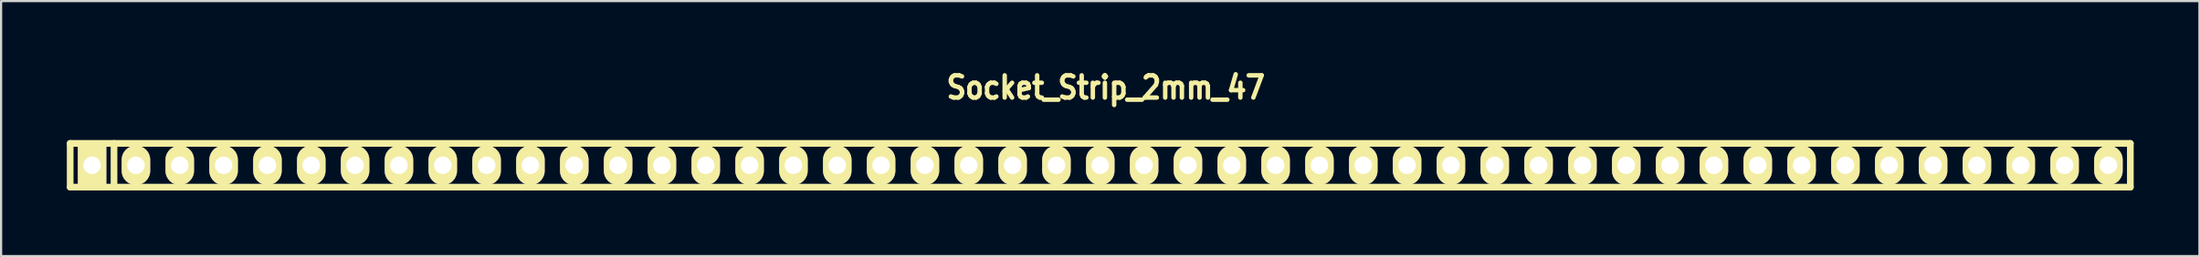
<source format=kicad_pcb>
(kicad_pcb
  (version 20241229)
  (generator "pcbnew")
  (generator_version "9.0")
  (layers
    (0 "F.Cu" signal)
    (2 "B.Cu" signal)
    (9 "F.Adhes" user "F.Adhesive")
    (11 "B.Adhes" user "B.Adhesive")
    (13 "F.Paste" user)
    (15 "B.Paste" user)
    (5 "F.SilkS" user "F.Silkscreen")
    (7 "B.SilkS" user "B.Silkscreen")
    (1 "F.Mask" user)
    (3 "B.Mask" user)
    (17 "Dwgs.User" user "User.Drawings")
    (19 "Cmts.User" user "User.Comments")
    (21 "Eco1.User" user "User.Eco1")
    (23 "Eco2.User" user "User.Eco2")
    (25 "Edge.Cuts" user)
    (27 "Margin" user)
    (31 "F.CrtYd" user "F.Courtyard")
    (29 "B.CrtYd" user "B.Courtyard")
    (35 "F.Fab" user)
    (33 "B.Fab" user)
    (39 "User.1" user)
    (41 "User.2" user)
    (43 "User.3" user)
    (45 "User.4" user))
  (footprint "Socket_Strip_2mm_47"
    (layer "F.Cu")
    (at 47.152 4.507)
    (property "Reference" "Socket_Strip_2mm_47" (at 0.254 -3.556 0) (layer "F.SilkS") (effects (font (size 1.016 0.889) (thickness 0.203))))
    (attr through_hole)
    (fp_line (start -47 -1) (end 47 -1) (stroke (width 0.305) (type solid)) (layer "F.SilkS"))
    (fp_line (start -47 1) (end -47 -1) (stroke (width 0.305) (type solid)) (layer "F.SilkS"))
    (fp_line (start -45 -1) (end -45 1) (stroke (width 0.305) (type solid)) (layer "F.SilkS"))
    (fp_line (start 47 -1) (end 47 1) (stroke (width 0.305) (type solid)) (layer "F.SilkS"))
    (fp_line (start 47 1) (end -47 1) (stroke (width 0.305) (type solid)) (layer "F.SilkS"))
    (pad "1" thru_hole rect (at -46 0) (size 1.3 1.8) (drill 0.8) (layers "*.Cu" "*.Mask" "F.SilkS"))
    (pad "2" thru_hole oval (at -44 0) (size 1.3 1.8) (drill 0.8) (layers "*.Cu" "*.Mask" "F.SilkS"))
    (pad "3" thru_hole oval (at -42 0) (size 1.3 1.8) (drill 0.8) (layers "*.Cu" "*.Mask" "F.SilkS"))
    (pad "4" thru_hole oval (at -40 0) (size 1.3 1.8) (drill 0.8) (layers "*.Cu" "*.Mask" "F.SilkS"))
    (pad "5" thru_hole oval (at -38 0) (size 1.3 1.8) (drill 0.8) (layers "*.Cu" "*.Mask" "F.SilkS"))
    (pad "6" thru_hole oval (at -36 0) (size 1.3 1.8) (drill 0.8) (layers "*.Cu" "*.Mask" "F.SilkS"))
    (pad "7" thru_hole oval (at -34 0) (size 1.3 1.8) (drill 0.8) (layers "*.Cu" "*.Mask" "F.SilkS"))
    (pad "8" thru_hole oval (at -32 0) (size 1.3 1.8) (drill 0.8) (layers "*.Cu" "*.Mask" "F.SilkS"))
    (pad "9" thru_hole oval (at -30 0) (size 1.3 1.8) (drill 0.8) (layers "*.Cu" "*.Mask" "F.SilkS"))
    (pad "10" thru_hole oval (at -28 0) (size 1.3 1.8) (drill 0.8) (layers "*.Cu" "*.Mask" "F.SilkS"))
    (pad "11" thru_hole oval (at -26 0) (size 1.3 1.8) (drill 0.8) (layers "*.Cu" "*.Mask" "F.SilkS"))
    (pad "12" thru_hole oval (at -24 0) (size 1.3 1.8) (drill 0.8) (layers "*.Cu" "*.Mask" "F.SilkS"))
    (pad "13" thru_hole oval (at -22 0) (size 1.3 1.8) (drill 0.8) (layers "*.Cu" "*.Mask" "F.SilkS"))
    (pad "14" thru_hole oval (at -20 0) (size 1.3 1.8) (drill 0.8) (layers "*.Cu" "*.Mask" "F.SilkS"))
    (pad "15" thru_hole oval (at -18 0) (size 1.3 1.8) (drill 0.8) (layers "*.Cu" "*.Mask" "F.SilkS"))
    (pad "16" thru_hole oval (at -16 0) (size 1.3 1.8) (drill 0.8) (layers "*.Cu" "*.Mask" "F.SilkS"))
    (pad "17" thru_hole oval (at -14 0) (size 1.3 1.8) (drill 0.8) (layers "*.Cu" "*.Mask" "F.SilkS"))
    (pad "18" thru_hole oval (at -12 0) (size 1.3 1.8) (drill 0.8) (layers "*.Cu" "*.Mask" "F.SilkS"))
    (pad "19" thru_hole oval (at -10 0) (size 1.3 1.8) (drill 0.8) (layers "*.Cu" "*.Mask" "F.SilkS"))
    (pad "20" thru_hole oval (at -8 0) (size 1.3 1.8) (drill 0.8) (layers "*.Cu" "*.Mask" "F.SilkS"))
    (pad "21" thru_hole oval (at -6 0) (size 1.3 1.8) (drill 0.8) (layers "*.Cu" "*.Mask" "F.SilkS"))
    (pad "22" thru_hole oval (at -4 0) (size 1.3 1.8) (drill 0.8) (layers "*.Cu" "*.Mask" "F.SilkS"))
    (pad "23" thru_hole oval (at -2 0) (size 1.3 1.8) (drill 0.8) (layers "*.Cu" "*.Mask" "F.SilkS"))
    (pad "24" thru_hole oval (at 0 0) (size 1.3 1.8) (drill 0.8) (layers "*.Cu" "*.Mask" "F.SilkS"))
    (pad "25" thru_hole oval (at 2 0) (size 1.3 1.8) (drill 0.8) (layers "*.Cu" "*.Mask" "F.SilkS"))
    (pad "26" thru_hole oval (at 4 0) (size 1.3 1.8) (drill 0.8) (layers "*.Cu" "*.Mask" "F.SilkS"))
    (pad "27" thru_hole oval (at 6 0) (size 1.3 1.8) (drill 0.8) (layers "*.Cu" "*.Mask" "F.SilkS"))
    (pad "28" thru_hole oval (at 8 0) (size 1.3 1.8) (drill 0.8) (layers "*.Cu" "*.Mask" "F.SilkS"))
    (pad "29" thru_hole oval (at 10 0) (size 1.3 1.8) (drill 0.8) (layers "*.Cu" "*.Mask" "F.SilkS"))
    (pad "30" thru_hole oval (at 12 0) (size 1.3 1.8) (drill 0.8) (layers "*.Cu" "*.Mask" "F.SilkS"))
    (pad "31" thru_hole oval (at 14 0) (size 1.3 1.8) (drill 0.8) (layers "*.Cu" "*.Mask" "F.SilkS"))
    (pad "32" thru_hole oval (at 16 0) (size 1.3 1.8) (drill 0.8) (layers "*.Cu" "*.Mask" "F.SilkS"))
    (pad "33" thru_hole oval (at 18 0) (size 1.3 1.8) (drill 0.8) (layers "*.Cu" "*.Mask" "F.SilkS"))
    (pad "34" thru_hole oval (at 20 0) (size 1.3 1.8) (drill 0.8) (layers "*.Cu" "*.Mask" "F.SilkS"))
    (pad "35" thru_hole oval (at 22 0) (size 1.3 1.8) (drill 0.8) (layers "*.Cu" "*.Mask" "F.SilkS"))
    (pad "36" thru_hole oval (at 24 0) (size 1.3 1.8) (drill 0.8) (layers "*.Cu" "*.Mask" "F.SilkS"))
    (pad "37" thru_hole oval (at 26 0) (size 1.3 1.8) (drill 0.8) (layers "*.Cu" "*.Mask" "F.SilkS"))
    (pad "38" thru_hole oval (at 28 0) (size 1.3 1.8) (drill 0.8) (layers "*.Cu" "*.Mask" "F.SilkS"))
    (pad "39" thru_hole oval (at 30 0) (size 1.3 1.8) (drill 0.8) (layers "*.Cu" "*.Mask" "F.SilkS"))
    (pad "40" thru_hole oval (at 32 0) (size 1.3 1.8) (drill 0.8) (layers "*.Cu" "*.Mask" "F.SilkS"))
    (pad "41" thru_hole oval (at 34 0) (size 1.3 1.8) (drill 0.8) (layers "*.Cu" "*.Mask" "F.SilkS"))
    (pad "42" thru_hole oval (at 36 0) (size 1.3 1.8) (drill 0.8) (layers "*.Cu" "*.Mask" "F.SilkS"))
    (pad "43" thru_hole oval (at 38 0) (size 1.3 1.8) (drill 0.8) (layers "*.Cu" "*.Mask" "F.SilkS"))
    (pad "44" thru_hole oval (at 40 0) (size 1.3 1.8) (drill 0.8) (layers "*.Cu" "*.Mask" "F.SilkS"))
    (pad "45" thru_hole oval (at 42 0) (size 1.3 1.8) (drill 0.8) (layers "*.Cu" "*.Mask" "F.SilkS"))
    (pad "46" thru_hole oval (at 44 0) (size 1.3 1.8) (drill 0.8) (layers "*.Cu" "*.Mask" "F.SilkS"))
    (pad "47" thru_hole oval (at 46 0) (size 1.3 1.8) (drill 0.8) (layers "*.Cu" "*.Mask" "F.SilkS")))
  (gr_rect
    (start -3 -3)
    (end 97.305 8.659)
    (stroke (width 0.1) (type default))
    (fill no)
    (layer "Edge.Cuts")))
</source>
